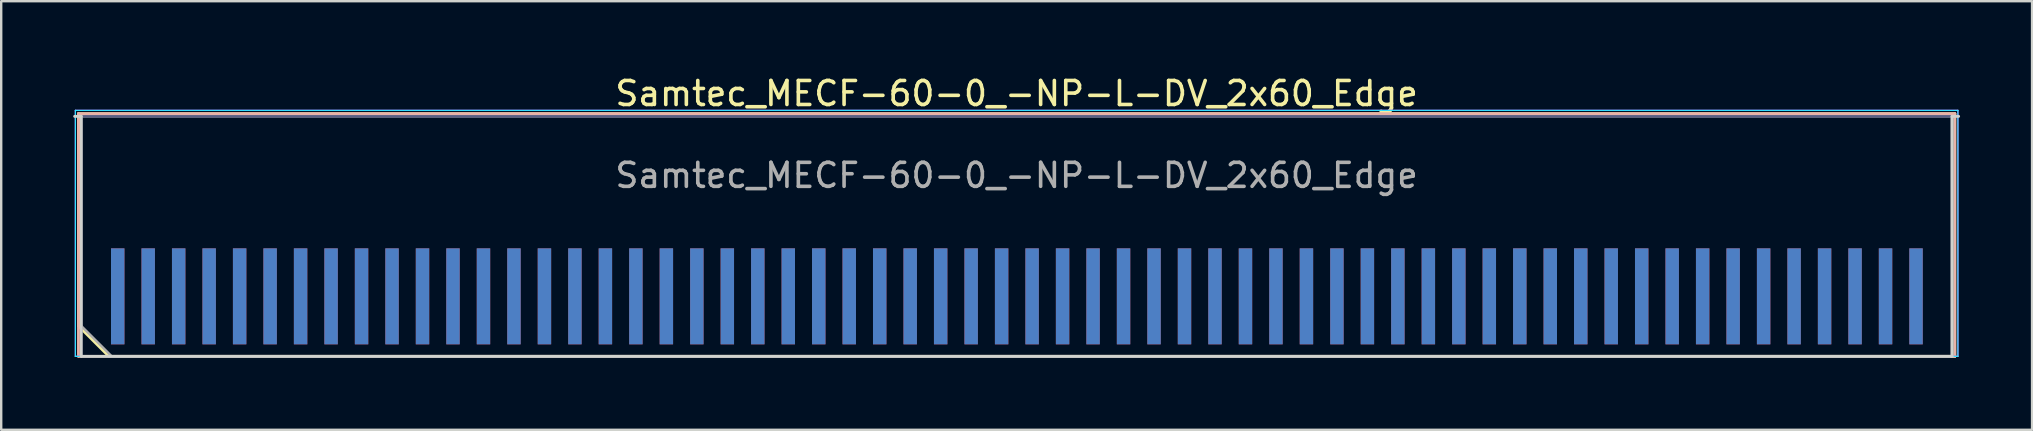
<source format=kicad_pcb>
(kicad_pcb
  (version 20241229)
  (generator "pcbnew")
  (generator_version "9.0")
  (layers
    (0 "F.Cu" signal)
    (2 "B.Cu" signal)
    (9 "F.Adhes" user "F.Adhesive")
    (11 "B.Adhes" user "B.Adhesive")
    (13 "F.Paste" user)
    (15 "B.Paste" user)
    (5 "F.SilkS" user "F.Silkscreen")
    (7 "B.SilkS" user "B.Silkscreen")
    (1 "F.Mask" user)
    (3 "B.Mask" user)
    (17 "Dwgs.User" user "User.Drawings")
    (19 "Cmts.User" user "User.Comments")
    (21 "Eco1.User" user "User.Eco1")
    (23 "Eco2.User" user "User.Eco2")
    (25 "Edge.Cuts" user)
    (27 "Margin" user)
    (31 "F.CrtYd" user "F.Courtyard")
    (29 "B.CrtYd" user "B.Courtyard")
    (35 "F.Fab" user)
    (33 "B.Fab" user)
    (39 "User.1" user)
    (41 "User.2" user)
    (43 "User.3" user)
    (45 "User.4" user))
  (footprint "Samtec_MECF-60-0_-NP-L-DV_2x60_Edge"
    (layer "F.Cu")
    (at 39.31 6.798)
    (property "Reference" "Samtec_MECF-60-0_-NP-L-DV_2x60_Edge" (at 0 -5.95 0) (layer "F.SilkS") (effects (font (size 1 1) (thickness 0.15))))
    (attr exclude_from_pos_files exclude_from_bom)
    (fp_line (start -39.09 -5.11) (end 39.09 -5.11) (stroke (width 0.12) (type solid)) (layer "F.SilkS"))
    (fp_line (start -39.09 3.73) (end -39.09 -5.11) (stroke (width 0.12) (type solid)) (layer "F.SilkS"))
    (fp_line (start -37.82 5) (end -39.09 3.73) (stroke (width 0.12) (type solid)) (layer "F.SilkS"))
    (fp_line (start -37.82 5) (end 39.09 5) (stroke (width 0.12) (type solid)) (layer "F.SilkS"))
    (fp_line (start 39.09 5) (end 39.09 -5.11) (stroke (width 0.12) (type solid)) (layer "F.SilkS"))
    (fp_line (start -39.09 -5.11) (end 39.09 -5.11) (stroke (width 0.12) (type solid)) (layer "B.SilkS"))
    (fp_line (start -39.09 5) (end -39.09 -5.11) (stroke (width 0.12) (type solid)) (layer "B.SilkS"))
    (fp_line (start -39.09 5) (end 39.09 5) (stroke (width 0.12) (type solid)) (layer "B.SilkS"))
    (fp_line (start 39.09 5) (end 39.09 -5.11) (stroke (width 0.12) (type solid)) (layer "B.SilkS"))
    (fp_line (start -39.25 -5) (end -38.975 -5) (stroke (width 0.12) (type solid)) (layer "Edge.Cuts"))
    (fp_line (start -38.975 5) (end -38.975 -5) (stroke (width 0.12) (type solid)) (layer "Edge.Cuts"))
    (fp_line (start -38.975 5) (end 38.975 5) (stroke (width 0.12) (type solid)) (layer "Edge.Cuts"))
    (fp_line (start 38.975 5) (end 38.975 -5) (stroke (width 0.12) (type solid)) (layer "Edge.Cuts"))
    (fp_line (start 39.25 -5) (end 38.975 -5) (stroke (width 0.12) (type solid)) (layer "Edge.Cuts"))
    (fp_line (start -39.22 -5.25) (end -39.22 5) (stroke (width 0.05) (type solid)) (layer "B.CrtYd"))
    (fp_line (start -39.22 5) (end 39.22 5) (stroke (width 0.05) (type solid)) (layer "B.CrtYd"))
    (fp_line (start 39.22 -5.25) (end -39.22 -5.25) (stroke (width 0.05) (type solid)) (layer "B.CrtYd"))
    (fp_line (start 39.22 5) (end 39.22 -5.25) (stroke (width 0.05) (type solid)) (layer "B.CrtYd"))
    (fp_line (start -39.22 -5.25) (end -39.22 5) (stroke (width 0.05) (type solid)) (layer "F.CrtYd"))
    (fp_line (start -39.22 5) (end 39.22 5) (stroke (width 0.05) (type solid)) (layer "F.CrtYd"))
    (fp_line (start 39.22 -5.25) (end -39.22 -5.25) (stroke (width 0.05) (type solid)) (layer "F.CrtYd"))
    (fp_line (start 39.22 5) (end 39.22 -5.25) (stroke (width 0.05) (type solid)) (layer "F.CrtYd"))
    (fp_line (start -38.975 -5) (end 38.975 -5) (stroke (width 0.1) (type solid)) (layer "B.Fab"))
    (fp_line (start -38.975 5) (end -38.975 -5) (stroke (width 0.1) (type solid)) (layer "B.Fab"))
    (fp_line (start -38.975 5) (end 38.975 5) (stroke (width 0.1) (type solid)) (layer "B.Fab"))
    (fp_line (start 38.975 5) (end 38.975 -5) (stroke (width 0.1) (type solid)) (layer "B.Fab"))
    (fp_line (start -38.975 -5) (end 38.975 -5) (stroke (width 0.1) (type solid)) (layer "F.Fab"))
    (fp_line (start -38.975 3.73) (end -38.975 -5) (stroke (width 0.1) (type solid)) (layer "F.Fab"))
    (fp_line (start -38.975 3.73) (end -37.705 5) (stroke (width 0.1) (type solid)) (layer "F.Fab"))
    (fp_line (start -37.705 5) (end 38.975 5) (stroke (width 0.1) (type solid)) (layer "F.Fab"))
    (fp_line (start 38.975 5) (end 38.975 -5) (stroke (width 0.1) (type solid)) (layer "F.Fab"))
    (fp_text user "${REFERENCE}" (at 0 -2.54 0) (layer "F.Fab") (effects (font (size 1 1) (thickness 0.15))))
    (pad "1" smd rect (at -37.455 2.5) (size 0.56 4) (layers "F.Cu" "F.Mask" "F.Paste"))
    (pad "2" smd rect (at -37.455 2.5) (size 0.56 4) (layers "B.Cu" "B.Mask" "B.Paste"))
    (pad "3" smd rect (at -36.185 2.5) (size 0.56 4) (layers "F.Cu" "F.Mask" "F.Paste"))
    (pad "4" smd rect (at -36.185 2.5) (size 0.56 4) (layers "B.Cu" "B.Mask" "B.Paste"))
    (pad "5" smd rect (at -34.915 2.5) (size 0.56 4) (layers "F.Cu" "F.Mask" "F.Paste"))
    (pad "6" smd rect (at -34.915 2.5) (size 0.56 4) (layers "B.Cu" "B.Mask" "B.Paste"))
    (pad "7" smd rect (at -33.645 2.5) (size 0.56 4) (layers "F.Cu" "F.Mask" "F.Paste"))
    (pad "8" smd rect (at -33.645 2.5) (size 0.56 4) (layers "B.Cu" "B.Mask" "B.Paste"))
    (pad "9" smd rect (at -32.375 2.5) (size 0.56 4) (layers "F.Cu" "F.Mask" "F.Paste"))
    (pad "10" smd rect (at -32.375 2.5) (size 0.56 4) (layers "B.Cu" "B.Mask" "B.Paste"))
    (pad "11" smd rect (at -31.105 2.5) (size 0.56 4) (layers "F.Cu" "F.Mask" "F.Paste"))
    (pad "12" smd rect (at -31.105 2.5) (size 0.56 4) (layers "B.Cu" "B.Mask" "B.Paste"))
    (pad "13" smd rect (at -29.835 2.5) (size 0.56 4) (layers "F.Cu" "F.Mask" "F.Paste"))
    (pad "14" smd rect (at -29.835 2.5) (size 0.56 4) (layers "B.Cu" "B.Mask" "B.Paste"))
    (pad "15" smd rect (at -28.565 2.5) (size 0.56 4) (layers "F.Cu" "F.Mask" "F.Paste"))
    (pad "16" smd rect (at -28.565 2.5) (size 0.56 4) (layers "B.Cu" "B.Mask" "B.Paste"))
    (pad "17" smd rect (at -27.295 2.5) (size 0.56 4) (layers "F.Cu" "F.Mask" "F.Paste"))
    (pad "18" smd rect (at -27.295 2.5) (size 0.56 4) (layers "B.Cu" "B.Mask" "B.Paste"))
    (pad "19" smd rect (at -26.025 2.5) (size 0.56 4) (layers "F.Cu" "F.Mask" "F.Paste"))
    (pad "20" smd rect (at -26.025 2.5) (size 0.56 4) (layers "B.Cu" "B.Mask" "B.Paste"))
    (pad "21" smd rect (at -24.755 2.5) (size 0.56 4) (layers "F.Cu" "F.Mask" "F.Paste"))
    (pad "22" smd rect (at -24.755 2.5) (size 0.56 4) (layers "B.Cu" "B.Mask" "B.Paste"))
    (pad "23" smd rect (at -23.485 2.5) (size 0.56 4) (layers "F.Cu" "F.Mask" "F.Paste"))
    (pad "24" smd rect (at -23.485 2.5) (size 0.56 4) (layers "B.Cu" "B.Mask" "B.Paste"))
    (pad "25" smd rect (at -22.215 2.5) (size 0.56 4) (layers "F.Cu" "F.Mask" "F.Paste"))
    (pad "26" smd rect (at -22.215 2.5) (size 0.56 4) (layers "B.Cu" "B.Mask" "B.Paste"))
    (pad "27" smd rect (at -20.945 2.5) (size 0.56 4) (layers "F.Cu" "F.Mask" "F.Paste"))
    (pad "28" smd rect (at -20.945 2.5) (size 0.56 4) (layers "B.Cu" "B.Mask" "B.Paste"))
    (pad "29" smd rect (at -19.675 2.5) (size 0.56 4) (layers "F.Cu" "F.Mask" "F.Paste"))
    (pad "30" smd rect (at -19.675 2.5) (size 0.56 4) (layers "B.Cu" "B.Mask" "B.Paste"))
    (pad "31" smd rect (at -18.405 2.5) (size 0.56 4) (layers "F.Cu" "F.Mask" "F.Paste"))
    (pad "32" smd rect (at -18.405 2.5) (size 0.56 4) (layers "B.Cu" "B.Mask" "B.Paste"))
    (pad "33" smd rect (at -17.135 2.5) (size 0.56 4) (layers "F.Cu" "F.Mask" "F.Paste"))
    (pad "34" smd rect (at -17.135 2.5) (size 0.56 4) (layers "B.Cu" "B.Mask" "B.Paste"))
    (pad "35" smd rect (at -15.865 2.5) (size 0.56 4) (layers "F.Cu" "F.Mask" "F.Paste"))
    (pad "36" smd rect (at -15.865 2.5) (size 0.56 4) (layers "B.Cu" "B.Mask" "B.Paste"))
    (pad "37" smd rect (at -14.595 2.5) (size 0.56 4) (layers "F.Cu" "F.Mask" "F.Paste"))
    (pad "38" smd rect (at -14.595 2.5) (size 0.56 4) (layers "B.Cu" "B.Mask" "B.Paste"))
    (pad "39" smd rect (at -13.325 2.5) (size 0.56 4) (layers "F.Cu" "F.Mask" "F.Paste"))
    (pad "40" smd rect (at -13.325 2.5) (size 0.56 4) (layers "B.Cu" "B.Mask" "B.Paste"))
    (pad "41" smd rect (at -12.055 2.5) (size 0.56 4) (layers "F.Cu" "F.Mask" "F.Paste"))
    (pad "42" smd rect (at -12.055 2.5) (size 0.56 4) (layers "B.Cu" "B.Mask" "B.Paste"))
    (pad "43" smd rect (at -10.785 2.5) (size 0.56 4) (layers "F.Cu" "F.Mask" "F.Paste"))
    (pad "44" smd rect (at -10.785 2.5) (size 0.56 4) (layers "B.Cu" "B.Mask" "B.Paste"))
    (pad "45" smd rect (at -9.515 2.5) (size 0.56 4) (layers "F.Cu" "F.Mask" "F.Paste"))
    (pad "46" smd rect (at -9.515 2.5) (size 0.56 4) (layers "B.Cu" "B.Mask" "B.Paste"))
    (pad "47" smd rect (at -8.245 2.5) (size 0.56 4) (layers "F.Cu" "F.Mask" "F.Paste"))
    (pad "48" smd rect (at -8.245 2.5) (size 0.56 4) (layers "B.Cu" "B.Mask" "B.Paste"))
    (pad "49" smd rect (at -6.975 2.5) (size 0.56 4) (layers "F.Cu" "F.Mask" "F.Paste"))
    (pad "50" smd rect (at -6.975 2.5) (size 0.56 4) (layers "B.Cu" "B.Mask" "B.Paste"))
    (pad "51" smd rect (at -5.705 2.5) (size 0.56 4) (layers "F.Cu" "F.Mask" "F.Paste"))
    (pad "52" smd rect (at -5.705 2.5) (size 0.56 4) (layers "B.Cu" "B.Mask" "B.Paste"))
    (pad "53" smd rect (at -4.435 2.5) (size 0.56 4) (layers "F.Cu" "F.Mask" "F.Paste"))
    (pad "54" smd rect (at -4.435 2.5) (size 0.56 4) (layers "B.Cu" "B.Mask" "B.Paste"))
    (pad "55" smd rect (at -3.165 2.5) (size 0.56 4) (layers "F.Cu" "F.Mask" "F.Paste"))
    (pad "56" smd rect (at -3.165 2.5) (size 0.56 4) (layers "B.Cu" "B.Mask" "B.Paste"))
    (pad "57" smd rect (at -1.895 2.5) (size 0.56 4) (layers "F.Cu" "F.Mask" "F.Paste"))
    (pad "58" smd rect (at -1.895 2.5) (size 0.56 4) (layers "B.Cu" "B.Mask" "B.Paste"))
    (pad "59" smd rect (at -0.625 2.5) (size 0.56 4) (layers "F.Cu" "F.Mask" "F.Paste"))
    (pad "60" smd rect (at -0.625 2.5) (size 0.56 4) (layers "B.Cu" "B.Mask" "B.Paste"))
    (pad "61" smd rect (at 0.645 2.5) (size 0.56 4) (layers "F.Cu" "F.Mask" "F.Paste"))
    (pad "62" smd rect (at 0.645 2.5) (size 0.56 4) (layers "B.Cu" "B.Mask" "B.Paste"))
    (pad "63" smd rect (at 1.915 2.5) (size 0.56 4) (layers "F.Cu" "F.Mask" "F.Paste"))
    (pad "64" smd rect (at 1.915 2.5) (size 0.56 4) (layers "B.Cu" "B.Mask" "B.Paste"))
    (pad "65" smd rect (at 3.185 2.5) (size 0.56 4) (layers "F.Cu" "F.Mask" "F.Paste"))
    (pad "66" smd rect (at 3.185 2.5) (size 0.56 4) (layers "B.Cu" "B.Mask" "B.Paste"))
    (pad "67" smd rect (at 4.455 2.5) (size 0.56 4) (layers "F.Cu" "F.Mask" "F.Paste"))
    (pad "68" smd rect (at 4.455 2.5) (size 0.56 4) (layers "B.Cu" "B.Mask" "B.Paste"))
    (pad "69" smd rect (at 5.725 2.5) (size 0.56 4) (layers "F.Cu" "F.Mask" "F.Paste"))
    (pad "70" smd rect (at 5.725 2.5) (size 0.56 4) (layers "B.Cu" "B.Mask" "B.Paste"))
    (pad "71" smd rect (at 6.995 2.5) (size 0.56 4) (layers "F.Cu" "F.Mask" "F.Paste"))
    (pad "72" smd rect (at 6.995 2.5) (size 0.56 4) (layers "B.Cu" "B.Mask" "B.Paste"))
    (pad "73" smd rect (at 8.265 2.5) (size 0.56 4) (layers "F.Cu" "F.Mask" "F.Paste"))
    (pad "74" smd rect (at 8.265 2.5) (size 0.56 4) (layers "B.Cu" "B.Mask" "B.Paste"))
    (pad "75" smd rect (at 9.535 2.5) (size 0.56 4) (layers "F.Cu" "F.Mask" "F.Paste"))
    (pad "76" smd rect (at 9.535 2.5) (size 0.56 4) (layers "B.Cu" "B.Mask" "B.Paste"))
    (pad "77" smd rect (at 10.805 2.5) (size 0.56 4) (layers "F.Cu" "F.Mask" "F.Paste"))
    (pad "78" smd rect (at 10.805 2.5) (size 0.56 4) (layers "B.Cu" "B.Mask" "B.Paste"))
    (pad "79" smd rect (at 12.075 2.5) (size 0.56 4) (layers "F.Cu" "F.Mask" "F.Paste"))
    (pad "80" smd rect (at 12.075 2.5) (size 0.56 4) (layers "B.Cu" "B.Mask" "B.Paste"))
    (pad "81" smd rect (at 13.345 2.5) (size 0.56 4) (layers "F.Cu" "F.Mask" "F.Paste"))
    (pad "82" smd rect (at 13.345 2.5) (size 0.56 4) (layers "B.Cu" "B.Mask" "B.Paste"))
    (pad "83" smd rect (at 14.615 2.5) (size 0.56 4) (layers "F.Cu" "F.Mask" "F.Paste"))
    (pad "84" smd rect (at 14.615 2.5) (size 0.56 4) (layers "B.Cu" "B.Mask" "B.Paste"))
    (pad "85" smd rect (at 15.885 2.5) (size 0.56 4) (layers "F.Cu" "F.Mask" "F.Paste"))
    (pad "86" smd rect (at 15.885 2.5) (size 0.56 4) (layers "B.Cu" "B.Mask" "B.Paste"))
    (pad "87" smd rect (at 17.155 2.5) (size 0.56 4) (layers "F.Cu" "F.Mask" "F.Paste"))
    (pad "88" smd rect (at 17.155 2.5) (size 0.56 4) (layers "B.Cu" "B.Mask" "B.Paste"))
    (pad "89" smd rect (at 18.425 2.5) (size 0.56 4) (layers "F.Cu" "F.Mask" "F.Paste"))
    (pad "90" smd rect (at 18.425 2.5) (size 0.56 4) (layers "B.Cu" "B.Mask" "B.Paste"))
    (pad "91" smd rect (at 19.695 2.5) (size 0.56 4) (layers "F.Cu" "F.Mask" "F.Paste"))
    (pad "92" smd rect (at 19.695 2.5) (size 0.56 4) (layers "B.Cu" "B.Mask" "B.Paste"))
    (pad "93" smd rect (at 20.965 2.5) (size 0.56 4) (layers "F.Cu" "F.Mask" "F.Paste"))
    (pad "94" smd rect (at 20.965 2.5) (size 0.56 4) (layers "B.Cu" "B.Mask" "B.Paste"))
    (pad "95" smd rect (at 22.235 2.5) (size 0.56 4) (layers "F.Cu" "F.Mask" "F.Paste"))
    (pad "96" smd rect (at 22.235 2.5) (size 0.56 4) (layers "B.Cu" "B.Mask" "B.Paste"))
    (pad "97" smd rect (at 23.505 2.5) (size 0.56 4) (layers "F.Cu" "F.Mask" "F.Paste"))
    (pad "98" smd rect (at 23.505 2.5) (size 0.56 4) (layers "B.Cu" "B.Mask" "B.Paste"))
    (pad "99" smd rect (at 24.775 2.5) (size 0.56 4) (layers "F.Cu" "F.Mask" "F.Paste"))
    (pad "100" smd rect (at 24.775 2.5) (size 0.56 4) (layers "B.Cu" "B.Mask" "B.Paste"))
    (pad "101" smd rect (at 26.045 2.5) (size 0.56 4) (layers "F.Cu" "F.Mask" "F.Paste"))
    (pad "102" smd rect (at 26.045 2.5) (size 0.56 4) (layers "B.Cu" "B.Mask" "B.Paste"))
    (pad "103" smd rect (at 27.315 2.5) (size 0.56 4) (layers "F.Cu" "F.Mask" "F.Paste"))
    (pad "104" smd rect (at 27.315 2.5) (size 0.56 4) (layers "B.Cu" "B.Mask" "B.Paste"))
    (pad "105" smd rect (at 28.585 2.5) (size 0.56 4) (layers "F.Cu" "F.Mask" "F.Paste"))
    (pad "106" smd rect (at 28.585 2.5) (size 0.56 4) (layers "B.Cu" "B.Mask" "B.Paste"))
    (pad "107" smd rect (at 29.855 2.5) (size 0.56 4) (layers "F.Cu" "F.Mask" "F.Paste"))
    (pad "108" smd rect (at 29.855 2.5) (size 0.56 4) (layers "B.Cu" "B.Mask" "B.Paste"))
    (pad "109" smd rect (at 31.125 2.5) (size 0.56 4) (layers "F.Cu" "F.Mask" "F.Paste"))
    (pad "110" smd rect (at 31.125 2.5) (size 0.56 4) (layers "B.Cu" "B.Mask" "B.Paste"))
    (pad "111" smd rect (at 32.395 2.5) (size 0.56 4) (layers "F.Cu" "F.Mask" "F.Paste"))
    (pad "112" smd rect (at 32.395 2.5) (size 0.56 4) (layers "B.Cu" "B.Mask" "B.Paste"))
    (pad "113" smd rect (at 33.665 2.5) (size 0.56 4) (layers "F.Cu" "F.Mask" "F.Paste"))
    (pad "114" smd rect (at 33.665 2.5) (size 0.56 4) (layers "B.Cu" "B.Mask" "B.Paste"))
    (pad "115" smd rect (at 34.935 2.5) (size 0.56 4) (layers "F.Cu" "F.Mask" "F.Paste"))
    (pad "116" smd rect (at 34.935 2.5) (size 0.56 4) (layers "B.Cu" "B.Mask" "B.Paste"))
    (pad "117" smd rect (at 36.205 2.5) (size 0.56 4) (layers "F.Cu" "F.Mask" "F.Paste"))
    (pad "118" smd rect (at 36.205 2.5) (size 0.56 4) (layers "B.Cu" "B.Mask" "B.Paste"))
    (pad "119" smd rect (at 37.475 2.5) (size 0.56 4) (layers "F.Cu" "F.Mask" "F.Paste"))
    (pad "120" smd rect (at 37.475 2.5) (size 0.56 4) (layers "B.Cu" "B.Mask" "B.Paste")))
  (gr_rect
    (start -3 -3)
    (end 81.62 14.858)
    (stroke (width 0.1) (type default))
    (fill no)
    (layer "Edge.Cuts")))
</source>
